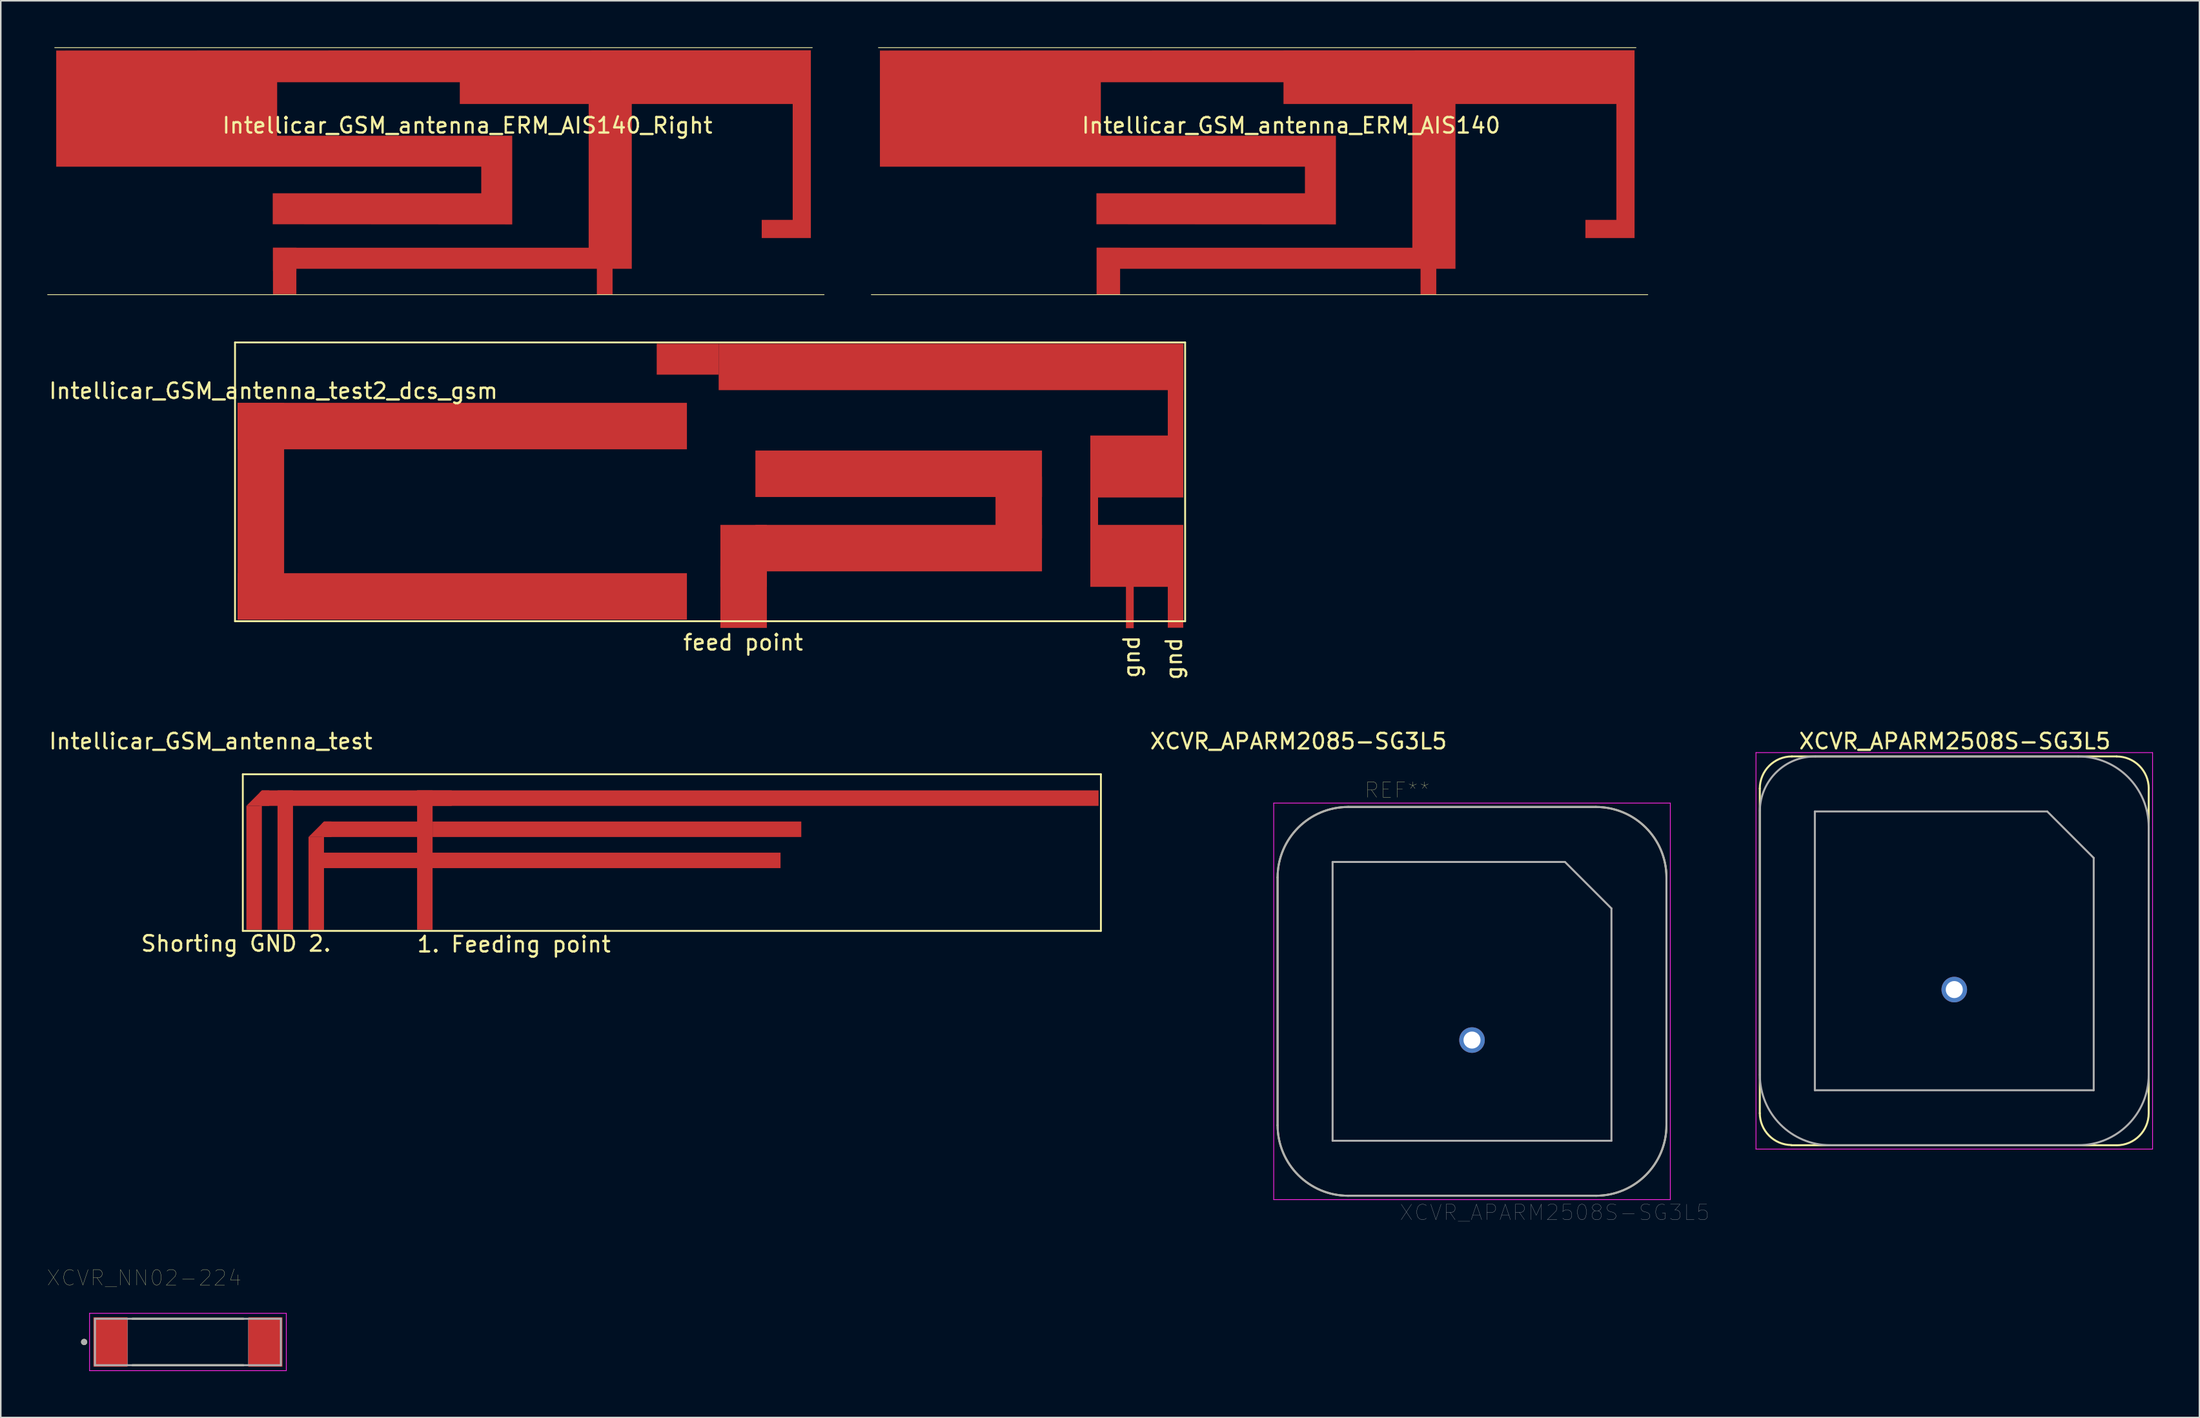
<source format=kicad_pcb>
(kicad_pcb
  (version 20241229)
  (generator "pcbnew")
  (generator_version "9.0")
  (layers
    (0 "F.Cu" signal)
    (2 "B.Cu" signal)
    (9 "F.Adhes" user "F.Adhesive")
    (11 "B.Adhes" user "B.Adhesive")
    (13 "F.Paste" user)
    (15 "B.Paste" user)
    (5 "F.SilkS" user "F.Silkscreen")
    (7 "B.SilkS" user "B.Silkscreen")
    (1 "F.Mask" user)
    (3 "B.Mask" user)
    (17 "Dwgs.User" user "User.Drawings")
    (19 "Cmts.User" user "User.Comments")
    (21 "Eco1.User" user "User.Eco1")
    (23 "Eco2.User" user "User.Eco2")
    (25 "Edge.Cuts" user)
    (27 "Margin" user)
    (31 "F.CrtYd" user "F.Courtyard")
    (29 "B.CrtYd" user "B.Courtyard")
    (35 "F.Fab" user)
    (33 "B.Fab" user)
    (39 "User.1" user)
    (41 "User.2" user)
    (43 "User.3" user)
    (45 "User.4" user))
  (footprint "XCVR_NN02-224"
    (layer "F.Cu")
    (at 9.081 83.591)
    (property "Reference" "XCVR_NN02-224" (at -2.825 -4.135 0) (layer "F.SilkS") (effects (font (size 1 1) (thickness 0.015))))
    (attr through_hole)
    (fp_line (start 3.587 -1.5) (end -3.587 -1.5) (stroke (width 0.127) (type solid)) (layer "F.SilkS"))
    (fp_line (start 3.587 1.5) (end -3.587 1.5) (stroke (width 0.127) (type solid)) (layer "F.SilkS"))
    (fp_circle (center -6.7 0) (end -6.6 0) (stroke (width 0.2) (type solid)) (fill no) (layer "F.SilkS"))
    (fp_poly (pts (xy -3.9 -1.5) (xy 3.9 -1.5) (xy 3.9 1.5) (xy -3.9 1.5)) (stroke (width 0.01) (type solid)) (fill no) (layer "Dwgs.User"))
    (fp_poly (pts (xy -3.9 -1.5) (xy 3.9 -1.5) (xy 3.9 1.5) (xy -3.9 1.5)) (stroke (width 0.01) (type solid)) (fill no) (layer "Dwgs.User"))
    (fp_line (start -6.35 -1.85) (end 6.35 -1.85) (stroke (width 0.05) (type solid)) (layer "F.CrtYd"))
    (fp_line (start -6.35 1.85) (end -6.35 -1.85) (stroke (width 0.05) (type solid)) (layer "F.CrtYd"))
    (fp_line (start 6.35 -1.85) (end 6.35 1.85) (stroke (width 0.05) (type solid)) (layer "F.CrtYd"))
    (fp_line (start 6.35 1.85) (end -6.35 1.85) (stroke (width 0.05) (type solid)) (layer "F.CrtYd"))
    (fp_line (start -6 -1.5) (end 6 -1.5) (stroke (width 0.127) (type solid)) (layer "F.Fab"))
    (fp_line (start -6 1.5) (end -6 -1.5) (stroke (width 0.127) (type solid)) (layer "F.Fab"))
    (fp_line (start 6 -1.5) (end 6 1.5) (stroke (width 0.127) (type solid)) (layer "F.Fab"))
    (fp_line (start 6 1.5) (end -6 1.5) (stroke (width 0.127) (type solid)) (layer "F.Fab"))
    (fp_circle (center -6.7 0) (end -6.6 0) (stroke (width 0.2) (type solid)) (fill no) (layer "F.Fab"))
    (pad "1" smd rect (at -5 0) (size 2.2 3.2) (layers "F.Cu" "F.Mask" "F.Paste"))
    (pad "2" smd rect (at 5 0) (size 2.2 3.2) (layers "F.Cu" "F.Mask" "F.Paste")))
  (footprint "Intellicar_GSM_antenna_ERM_AIS140"
    (layer "F.Cu")
    (at 80.3 8.493)
    (property "Reference" "Intellicar_GSM_antenna_ERM_AIS140" (at -0.008 -3.442 0) (layer "F.SilkS") (effects (font (size 1 1) (thickness 0.15))))
    (attr through_hole)
    (fp_poly (pts (xy 22.162 3.825) (xy 18.989 3.825) (xy 18.989 2.654) (xy 20.988 2.654) (xy 20.988 -4.829) (xy 10.602 -4.829) (xy 10.602 5.812) (xy 9.357 5.812) (xy 9.357 7.46) (xy 8.354 7.46) (xy 8.354 5.812) (xy -11.049 5.812) (xy -11.049 7.45) (xy -12.56 7.45) (xy -12.56 4.45) (xy 7.818 4.45) (xy 7.818 -4.829) (xy -0.5 -4.829) (xy -0.5 -6.233) (xy -12.289 -6.233) (xy -12.289 -2.781) (xy 2.885 -2.781) (xy 2.885 2.946) (xy -12.576 2.936) (xy -12.576 0.935) (xy 0.884 0.935) (xy 0.884 -0.78) (xy -26.551 -0.78) (xy -26.551 -8.28) (xy 22.162 -8.296)) (stroke (width 0.001) (type solid)) (fill yes) (layer "F.Cu"))
    (fp_line (start -27.105 7.48) (end 23.015 7.48) (stroke (width 0.05) (type solid)) (layer "F.SilkS"))
    (fp_line (start -26.647 -8.468) (end 22.253 -8.468) (stroke (width 0.05) (type solid)) (layer "F.SilkS"))
    (pad "1" smd rect (at 8.855 5.96) (size 1 3) (layers "F.Cu"))
    (pad "2" smd rect (at -11.805 5.95) (size 1.51 3) (layers "F.Cu")))
  (footprint "Intellicar_GSM_antenna_ERM_AIS140_Right"
    (layer "F.Cu")
    (at 27.13 8.493)
    (property "Reference" "Intellicar_GSM_antenna_ERM_AIS140_Right" (at -0.008 -3.442 0) (layer "F.SilkS") (effects (font (size 1 1) (thickness 0.15))))
    (attr through_hole)
    (fp_poly (pts (xy 22.162 3.825) (xy 18.989 3.825) (xy 18.989 2.654) (xy 20.988 2.654) (xy 20.988 -4.829) (xy 10.602 -4.829) (xy 10.602 5.812) (xy 9.357 5.812) (xy 9.357 7.46) (xy 8.354 7.46) (xy 8.354 5.812) (xy -11.049 5.812) (xy -11.049 5.959) (xy -12.56 5.959) (xy -12.56 4.45) (xy 7.818 4.45) (xy 7.818 -4.829) (xy -0.5 -4.829) (xy -0.5 -6.233) (xy -12.289 -6.233) (xy -12.289 -2.781) (xy 2.885 -2.781) (xy 2.885 2.946) (xy -12.576 2.936) (xy -12.576 0.935) (xy 0.884 0.935) (xy 0.884 -0.78) (xy -26.551 -0.78) (xy -26.551 -8.28) (xy 22.162 -8.296)) (stroke (width 0.001) (type solid)) (fill yes) (layer "F.Cu"))
    (fp_line (start -27.105 7.48) (end 23.015 7.48) (stroke (width 0.05) (type solid)) (layer "F.SilkS"))
    (fp_line (start -26.647 -8.468) (end 22.253 -8.468) (stroke (width 0.05) (type solid)) (layer "F.SilkS"))
    (pad "1" smd rect (at 8.855 5.96) (size 1 3) (layers "F.Cu"))
    (pad "2" smd rect (at -11.805 5.95) (size 1.51 3) (layers "F.Cu")))
  (footprint "XCVR_APARM2085-SG3L5"
    (layer "F.Cu")
    (at 91.78 61.639)
    (property "Reference" "XCVR_APARM2085-SG3L5" (at -11.01 -16.83 0) (layer "F.SilkS") (effects (font (size 1 1) (thickness 0.15))))
    (attr through_hole)
    (fp_line (start -12.36 7.96) (end -12.36 -8.04) (stroke (width 0.127) (type solid)) (layer "F.SilkS"))
    (fp_line (start -7.81 -12.59) (end 8.19 -12.59) (stroke (width 0.127) (type solid)) (layer "F.SilkS"))
    (fp_line (start 8.19 12.51) (end -7.81 12.51) (stroke (width 0.127) (type solid)) (layer "F.SilkS"))
    (fp_line (start 12.74 -8.04) (end 12.74 7.96) (stroke (width 0.127) (type solid)) (layer "F.SilkS"))
    (fp_arc (start -12.36 -8.04) (mid -11.027336 -11.257336) (end -7.81 -12.59) (stroke (width 0.127) (type solid)) (layer "F.SilkS"))
    (fp_arc (start -7.81 12.51) (mid -11.027336 11.177336) (end -12.36 7.96) (stroke (width 0.127) (type solid)) (layer "F.SilkS"))
    (fp_arc (start 8.19 -12.59) (mid 11.407336 -11.257336) (end 12.74 -8.04) (stroke (width 0.127) (type solid)) (layer "F.SilkS"))
    (fp_arc (start 12.74 7.96) (mid 11.407336 11.177336) (end 8.19 12.51) (stroke (width 0.127) (type solid)) (layer "F.SilkS"))
    (fp_line (start -12.61 -12.84) (end -12.61 12.76) (stroke (width 0.05) (type solid)) (layer "F.CrtYd"))
    (fp_line (start -12.61 -12.84) (end 12.99 -12.84) (stroke (width 0.05) (type solid)) (layer "F.CrtYd"))
    (fp_line (start 12.99 -12.84) (end 12.99 12.76) (stroke (width 0.05) (type solid)) (layer "F.CrtYd"))
    (fp_line (start 12.99 12.76) (end -12.61 12.76) (stroke (width 0.05) (type solid)) (layer "F.CrtYd"))
    (fp_line (start -12.36 7.96) (end -12.36 -8.04) (stroke (width 0.127) (type solid)) (layer "F.Fab"))
    (fp_line (start -8.81 -9.04) (end 6.19 -9.04) (stroke (width 0.127) (type solid)) (layer "F.Fab"))
    (fp_line (start -8.81 8.96) (end -8.81 -9.04) (stroke (width 0.127) (type solid)) (layer "F.Fab"))
    (fp_line (start -7.81 -12.59) (end 8.19 -12.59) (stroke (width 0.127) (type solid)) (layer "F.Fab"))
    (fp_line (start 6.19 -9.04) (end 9.19 -6.04) (stroke (width 0.127) (type solid)) (layer "F.Fab"))
    (fp_line (start 8.19 12.51) (end -7.81 12.51) (stroke (width 0.127) (type solid)) (layer "F.Fab"))
    (fp_line (start 9.19 -6.04) (end 9.19 8.96) (stroke (width 0.127) (type solid)) (layer "F.Fab"))
    (fp_line (start 9.19 8.96) (end -8.81 8.96) (stroke (width 0.127) (type solid)) (layer "F.Fab"))
    (fp_line (start 12.74 -8.04) (end 12.74 7.96) (stroke (width 0.127) (type solid)) (layer "F.Fab"))
    (fp_arc (start -12.36 -8.04) (mid -11.027336 -11.257336) (end -7.81 -12.59) (stroke (width 0.127) (type solid)) (layer "F.Fab"))
    (fp_arc (start -7.81 12.51) (mid -11.027336 11.177336) (end -12.36 7.96) (stroke (width 0.127) (type solid)) (layer "F.Fab"))
    (fp_arc (start 8.19 -12.59) (mid 11.407336 -11.257336) (end 12.74 -8.04) (stroke (width 0.127) (type solid)) (layer "F.Fab"))
    (fp_arc (start 12.74 7.96) (mid 11.407336 11.177336) (end 8.19 12.51) (stroke (width 0.127) (type solid)) (layer "F.Fab"))
    (fp_text user "REF**" (at -4.635 -13.675 0) (layer "F.SilkS") (effects (font (size 1 1) (thickness 0.015))))
    (fp_text user "XCVR_APARM2508S-SG3L5" (at 5.525 13.595 0) (layer "F.Fab") (effects (font (size 1 1) (thickness 0.015))))
    (pad "1" thru_hole circle (at 0.19 2.46) (size 1.65 1.65) (drill 1.1) (layers "*.Cu" "*.Mask")))
  (footprint "Intellicar_GSM_antenna_test"
    (layer "F.Cu")
    (at 23.334 68.889)
    (property "Reference" "Intellicar_GSM_antenna_test" (at -12.78 -24.08 0) (layer "F.SilkS") (effects (font (size 1 1) (thickness 0.15))))
    (attr exclude_from_pos_files exclude_from_bom)
    (fp_line (start -10.71 -21.95) (end -10.71 -11.84) (stroke (width 0.12) (type solid)) (layer "F.SilkS"))
    (fp_line (start -10.71 -21.95) (end 44.68 -21.95) (stroke (width 0.12) (type solid)) (layer "F.SilkS"))
    (fp_line (start -10.71 -11.84) (end 44.68 -11.84) (stroke (width 0.12) (type solid)) (layer "F.SilkS"))
    (fp_line (start 44.68 -21.95) (end 44.68 -11.84) (stroke (width 0.12) (type solid)) (layer "F.SilkS"))
    (fp_text user "1. Feeding point" (at 6.79 -10.97 0) (layer "F.SilkS") (effects (font (size 1 1) (thickness 0.15))))
    (fp_text user " Shorting GND 2." (at -11.53 -11.02 0) (layer "F.SilkS") (effects (font (size 1 1) (thickness 0.15))))
    (pad "1" smd rect (at -9.98 -15.91) (size 1 8) (layers "F.Cu"))
    (pad "1" smd custom (at -9.78 -20.34) (size 0.05 0.05) (layers "F.Cu") (options (anchor rect)) (primitives (gr_poly (pts (xy 0.3 0.43) (xy -0.7 0.43) (xy 0.3 -0.57)) (width 0.0001) (fill yes))))
    (pad "1" smd custom (at -9.33 -20.52) (size 0.05 0.05) (layers "F.Cu") (options (anchor rect)) (primitives (gr_poly (pts (xy 0.329 0.61) (xy -0.3 0.61) (xy -0.3 -0.24) (xy -0.3 -0.24) (xy -0.15 -0.39) (xy 0.33 -0.39)) (width 0.00001) (fill yes))))
    (pad "1" smd rect (at -7.97 -16.41) (size 1 9) (layers "F.Cu"))
    (pad "1" smd custom (at -5.77 -18.33) (size 0.05 0.05) (layers "F.Cu") (options (anchor rect)) (primitives (gr_poly (pts (xy 0.3 0.43) (xy -0.7 0.43) (xy 0.3 -0.57)) (width 0.0001) (fill yes))))
    (pad "1" smd rect (at -3.35 -20.41 90) (size 1 12.255) (layers "F.Cu"))
    (pad "1" smd rect (at -2.47 -16.39 90) (size 1 6.3) (layers "F.Cu"))
    (pad "1" smd rect (at -2.31 -18.4 90) (size 1 6.3) (layers "F.Cu"))
    (pad "1" smd rect (at 1.04 -16.41) (size 1 9) (layers "F.Cu"))
    (pad "1" smd rect (at 12.75 -16.39 90) (size 1 22.5) (layers "F.Cu"))
    (pad "1" smd rect (at 13.44 -18.4 90) (size 1 23.8) (layers "F.Cu"))
    (pad "1" smd rect (at 22.53 -20.41 90) (size 1 44) (layers "F.Cu"))
    (pad "2" smd rect (at -5.97 -14.9) (size 1 6) (layers "F.Cu"))
    (pad "2" smd custom (at -5.32 -18.51) (size 0.05 0.05) (layers "F.Cu") (options (anchor rect)) (primitives (gr_poly (pts (xy 0.329 0.61) (xy -0.3 0.61) (xy -0.3 -0.24) (xy -0.3 -0.24) (xy -0.15 -0.39) (xy 0.33 -0.39)) (width 0.00001) (fill yes)))))
  (footprint "Intellicar_GSM_antenna_test2_dcs_gsm"
    (layer "F.Cu")
    (at 21.121 26.998)
    (property "Reference" "Intellicar_GSM_antenna_test2_dcs_gsm" (at -6.52 -4.81 0) (layer "F.SilkS") (effects (font (size 1 1) (thickness 0.15))))
    (attr through_hole)
    (fp_line (start -9 -7.94) (end -9 10.06) (stroke (width 0.12) (type solid)) (layer "F.SilkS"))
    (fp_line (start -9 -7.94) (end 52.33 -7.94) (stroke (width 0.12) (type solid)) (layer "F.SilkS"))
    (fp_line (start -9 10.06) (end 52.33 10.06) (stroke (width 0.12) (type solid)) (layer "F.SilkS"))
    (fp_line (start 52.33 -7.94) (end 52.33 10.06) (stroke (width 0.12) (type solid)) (layer "F.SilkS"))
    (fp_text user "gnd" (at 48.88 12.36 90) (layer "F.SilkS") (effects (font (size 1 1) (thickness 0.15))))
    (fp_text user "feed point" (at 23.8 11.43 0) (layer "F.SilkS") (effects (font (size 1 1) (thickness 0.15))))
    (fp_text user "gnd" (at 51.61 12.48 90) (layer "F.SilkS") (effects (font (size 1 1) (thickness 0.15))))
    (pad "1" smd rect (at -7.33 2.96) (size 3 14) (layers "F.Cu"))
    (pad "1" smd rect (at 5.67 -2.54 90) (size 3 29) (layers "F.Cu"))
    (pad "1" smd rect (at 5.67 8.46 90) (size 3 29) (layers "F.Cu"))
    (pad "1" smd rect (at 20.22 -6.86 90) (size 2 4) (layers "F.Cu"))
    (pad "1" smd rect (at 23.83 5.84 180) (size 3 4) (layers "F.Cu"))
    (pad "1" smd rect (at 23.83 8.49 180) (size 3 4) (layers "F.Cu"))
    (pad "1" smd rect (at 33.84 0.54 90) (size 3 18.5) (layers "F.Cu"))
    (pad "1" smd rect (at 33.84 5.34 90) (size 3 18.5) (layers "F.Cu"))
    (pad "1" smd rect (at 37.22 -6.36 90) (size 3 30) (layers "F.Cu"))
    (pad "1" smd rect (at 41.59 2.72 180) (size 3 4) (layers "F.Cu"))
    (pad "1" smd rect (at 46.46 2.72 90) (size 4 0.5) (layers "F.Cu"))
    (pad "1" smd rect (at 49.21 0.07 90) (size 4 6) (layers "F.Cu"))
    (pad "1" smd rect (at 49.21 5.84 90) (size 4 6) (layers "F.Cu"))
    (pad "1" smd rect (at 51.71 -3.11 90) (size 4 1) (layers "F.Cu"))
    (pad "2" smd rect (at 48.76 9.01 90) (size 3 0.5) (layers "F.Cu"))
    (pad "2" smd rect (at 51.71 8.48 90) (size 4 1) (layers "F.Cu")))
  (footprint "XCVR_APARM2508S-SG3L5"
    (layer "F.Cu")
    (at 123.1 58.339)
    (property "Reference" "XCVR_APARM2508S-SG3L5" (at 0.038 -13.531 0) (layer "F.SilkS") (effects (font (size 1 1) (thickness 0.15))))
    (attr through_hole)
    (fp_line (start -12.553 10.483) (end -12.553 -10.483) (stroke (width 0.127) (type solid)) (layer "F.SilkS"))
    (fp_line (start -10.483 -12.553) (end 10.477 -12.553) (stroke (width 0.127) (type solid)) (layer "F.SilkS"))
    (fp_line (start 10.49 12.55) (end -10.513 12.55) (stroke (width 0.127) (type solid)) (layer "F.SilkS"))
    (fp_line (start 12.55 -10.429) (end 12.55 10.48) (stroke (width 0.127) (type solid)) (layer "F.SilkS"))
    (fp_arc (start -12.55268 -10.48258) (mid -11.946362 -11.946362) (end -10.48258 -12.55268) (stroke (width 0.127) (type solid)) (layer "F.SilkS"))
    (fp_arc (start -10.51295 12.537439) (mid -11.956315 11.928656) (end -12.55268 10.480116) (stroke (width 0.127) (type solid)) (layer "F.SilkS"))
    (fp_arc (start 10.48258 -12.55014) (mid 11.946362 -11.943822) (end 12.55268 -10.48004) (stroke (width 0.127) (type solid)) (layer "F.SilkS"))
    (fp_arc (start 12.55014 10.48258) (mid 11.943822 11.946362) (end 10.48004 12.55268) (stroke (width 0.127) (type solid)) (layer "F.SilkS"))
    (fp_line (start -12.8 -12.8) (end -12.8 12.8) (stroke (width 0.05) (type solid)) (layer "F.CrtYd"))
    (fp_line (start -12.8 -12.8) (end 12.8 -12.8) (stroke (width 0.05) (type solid)) (layer "F.CrtYd"))
    (fp_line (start 12.8 -12.8) (end 12.8 12.8) (stroke (width 0.05) (type solid)) (layer "F.CrtYd"))
    (fp_line (start 12.8 12.8) (end -12.8 12.8) (stroke (width 0.05) (type solid)) (layer "F.CrtYd"))
    (fp_line (start -12.55 8) (end -12.55 -9.047) (stroke (width 0.127) (type solid)) (layer "F.Fab"))
    (fp_line (start -9 -9) (end 6 -9) (stroke (width 0.127) (type solid)) (layer "F.Fab"))
    (fp_line (start -9 9) (end -9 -9) (stroke (width 0.127) (type solid)) (layer "F.Fab"))
    (fp_line (start -8.961 -12.55) (end 8 -12.55) (stroke (width 0.127) (type solid)) (layer "F.Fab"))
    (fp_line (start 6 -9) (end 9 -6) (stroke (width 0.127) (type solid)) (layer "F.Fab"))
    (fp_line (start 8 12.55) (end -8 12.55) (stroke (width 0.127) (type solid)) (layer "F.Fab"))
    (fp_line (start 9 -6) (end 9 9) (stroke (width 0.127) (type solid)) (layer "F.Fab"))
    (fp_line (start 9 9) (end -9 9) (stroke (width 0.127) (type solid)) (layer "F.Fab"))
    (fp_line (start 12.55 -8) (end 12.55 8) (stroke (width 0.127) (type solid)) (layer "F.Fab"))
    (fp_arc (start -12.549804 -9.052555) (mid -11.47761 -11.542264) (end -8.96112 -12.55) (stroke (width 0.127) (type solid)) (layer "F.Fab"))
    (fp_arc (start -8 12.55) (mid -11.217336 11.217336) (end -12.55 8) (stroke (width 0.127) (type solid)) (layer "F.Fab"))
    (fp_arc (start 8 -12.55) (mid 11.217336 -11.217336) (end 12.55 -8) (stroke (width 0.127) (type solid)) (layer "F.Fab"))
    (fp_arc (start 12.55 8) (mid 11.217336 11.217336) (end 8 12.55) (stroke (width 0.127) (type solid)) (layer "F.Fab"))
    (pad "1" thru_hole circle (at 0 2.5) (size 1.65 1.65) (drill 1.1) (layers "*.Cu" "*.Mask")))
  (gr_rect
    (start -3 -3)
    (end 138.925 88.466)
    (stroke (width 0.1) (type default))
    (fill no)
    (layer "Edge.Cuts")))
</source>
